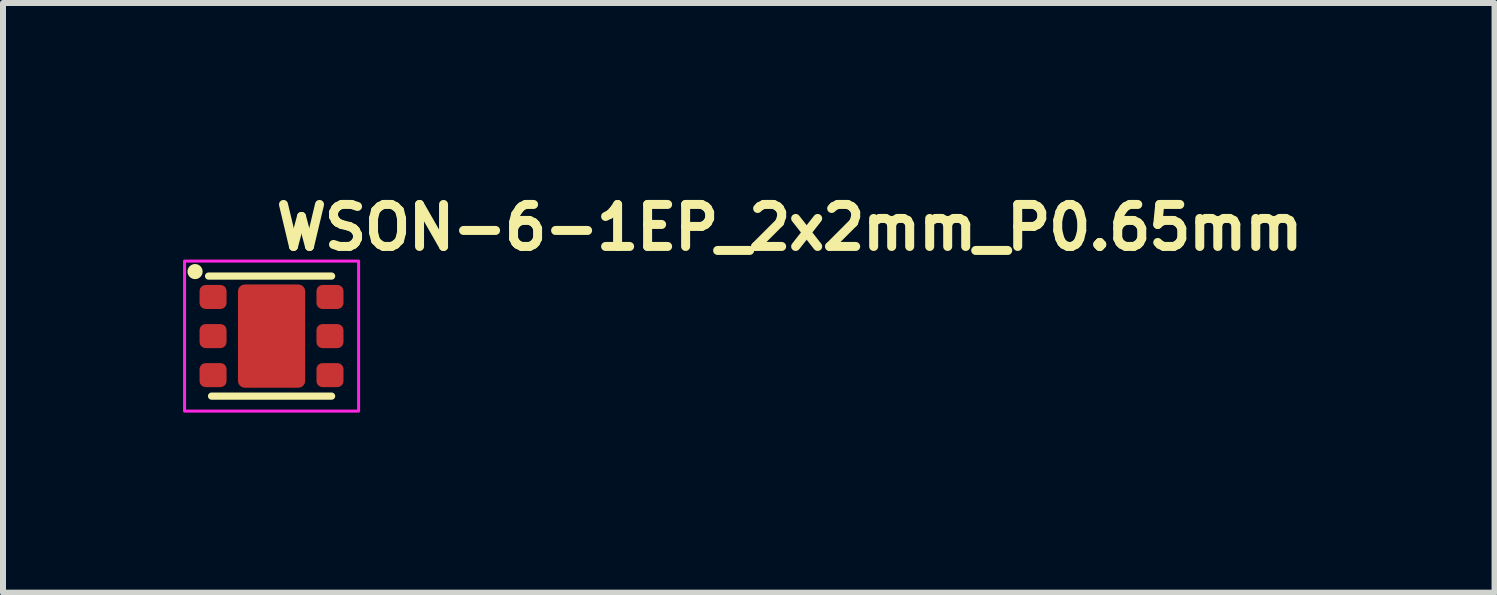
<source format=kicad_pcb>
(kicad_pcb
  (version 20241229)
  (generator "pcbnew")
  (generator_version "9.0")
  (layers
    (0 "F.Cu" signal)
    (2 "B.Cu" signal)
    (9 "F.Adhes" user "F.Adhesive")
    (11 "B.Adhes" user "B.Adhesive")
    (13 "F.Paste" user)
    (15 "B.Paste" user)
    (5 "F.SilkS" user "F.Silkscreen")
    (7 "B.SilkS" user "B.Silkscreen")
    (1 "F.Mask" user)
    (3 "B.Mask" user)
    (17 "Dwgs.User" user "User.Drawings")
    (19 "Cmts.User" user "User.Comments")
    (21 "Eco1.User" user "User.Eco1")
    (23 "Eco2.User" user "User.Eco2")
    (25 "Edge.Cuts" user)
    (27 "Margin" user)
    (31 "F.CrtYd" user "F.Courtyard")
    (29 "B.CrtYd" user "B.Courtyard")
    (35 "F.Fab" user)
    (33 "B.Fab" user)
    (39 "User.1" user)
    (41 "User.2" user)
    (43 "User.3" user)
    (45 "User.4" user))
  (footprint "WSON-6-1EP_2x2mm_P0.65mm"
    (layer "F.Cu")
    (at 1.475 2.55)
    (property "Reference" "WSON-6-1EP_2x2mm_P0.65mm" (at 0 -1.4 0) (layer "F.SilkS") (effects (font (size 0.7 0.7) (thickness 0.15)) (justify left bottom)))
    (attr smd)
    (fp_line (start -1 1) (end 1 1) (stroke (width 0.12) (type solid)) (layer "F.SilkS"))
    (fp_line (start 1 -1) (end -1.05 -1) (stroke (width 0.12) (type solid)) (layer "F.SilkS"))
    (fp_circle (center -1.275 -1.075) (end -1.224 -1.075) (stroke (width 0.15) (type solid)) (fill yes) (layer "F.SilkS"))
    (fp_rect (start -1.45 -1.25) (end 1.45 1.25) (stroke (width 0.05) (type solid)) (fill no) (layer "F.CrtYd"))
    (fp_rect (start -1.01 -1) (end 1.009 0.998) (stroke (width 0.1) (type solid)) (fill no) (layer "User.5"))
    (fp_line (start -1.009 -0.8) (end -1.009 -0.498) (stroke (width 0.02) (type solid)) (layer "User.9"))
    (fp_line (start -1.009 -0.498) (end -0.998 -0.498) (stroke (width 0.02) (type solid)) (layer "User.9"))
    (fp_line (start -1.009 -0.148) (end -1.009 0.15) (stroke (width 0.02) (type solid)) (layer "User.9"))
    (fp_line (start -1.009 0.15) (end -0.998 0.15) (stroke (width 0.02) (type solid)) (layer "User.9"))
    (fp_line (start -1.009 0.5) (end -1.009 0.802) (stroke (width 0.02) (type solid)) (layer "User.9"))
    (fp_line (start -1.009 0.802) (end -0.998 0.802) (stroke (width 0.02) (type solid)) (layer "User.9"))
    (fp_line (start -0.998 -0.998) (end -0.998 1) (stroke (width 0.02) (type solid)) (layer "User.9"))
    (fp_line (start -0.998 -0.8) (end -1.009 -0.8) (stroke (width 0.02) (type solid)) (layer "User.9"))
    (fp_line (start -0.998 -0.148) (end -1.009 -0.148) (stroke (width 0.02) (type solid)) (layer "User.9"))
    (fp_line (start -0.998 0.5) (end -1.009 0.5) (stroke (width 0.02) (type solid)) (layer "User.9"))
    (fp_line (start -0.998 1) (end 1 1) (stroke (width 0.02) (type solid)) (layer "User.9"))
    (fp_line (start -0.775 -0.65) (end -0.774 -0.658) (stroke (width 0.02) (type solid)) (layer "User.9"))
    (fp_line (start -0.774 -0.658) (end -0.773 -0.666) (stroke (width 0.02) (type solid)) (layer "User.9"))
    (fp_line (start -0.774 -0.641) (end -0.775 -0.65) (stroke (width 0.02) (type solid)) (layer "User.9"))
    (fp_line (start -0.773 -0.666) (end -0.772 -0.674) (stroke (width 0.02) (type solid)) (layer "User.9"))
    (fp_line (start -0.773 -0.632) (end -0.774 -0.641) (stroke (width 0.02) (type solid)) (layer "User.9"))
    (fp_line (start -0.772 -0.674) (end -0.77 -0.682) (stroke (width 0.02) (type solid)) (layer "User.9"))
    (fp_line (start -0.772 -0.624) (end -0.773 -0.632) (stroke (width 0.02) (type solid)) (layer "User.9"))
    (fp_line (start -0.77 -0.682) (end -0.768 -0.689) (stroke (width 0.02) (type solid)) (layer "User.9"))
    (fp_line (start -0.77 -0.616) (end -0.772 -0.624) (stroke (width 0.02) (type solid)) (layer "User.9"))
    (fp_line (start -0.768 -0.689) (end -0.764 -0.697) (stroke (width 0.02) (type solid)) (layer "User.9"))
    (fp_line (start -0.768 -0.609) (end -0.77 -0.616) (stroke (width 0.02) (type solid)) (layer "User.9"))
    (fp_line (start -0.764 -0.697) (end -0.761 -0.704) (stroke (width 0.02) (type solid)) (layer "User.9"))
    (fp_line (start -0.764 -0.601) (end -0.768 -0.609) (stroke (width 0.02) (type solid)) (layer "User.9"))
    (fp_line (start -0.761 -0.704) (end -0.757 -0.711) (stroke (width 0.02) (type solid)) (layer "User.9"))
    (fp_line (start -0.761 -0.593) (end -0.764 -0.601) (stroke (width 0.02) (type solid)) (layer "User.9"))
    (fp_line (start -0.757 -0.711) (end -0.757 -0.711) (stroke (width 0.02) (type solid)) (layer "User.9"))
    (fp_line (start -0.757 -0.711) (end -0.755 -0.715) (stroke (width 0.02) (type solid)) (layer "User.9"))
    (fp_line (start -0.757 -0.586) (end -0.761 -0.593) (stroke (width 0.02) (type solid)) (layer "User.9"))
    (fp_line (start -0.757 -0.586) (end -0.757 -0.586) (stroke (width 0.02) (type solid)) (layer "User.9"))
    (fp_line (start -0.755 -0.715) (end -0.752 -0.718) (stroke (width 0.02) (type solid)) (layer "User.9"))
    (fp_line (start -0.752 -0.718) (end -0.75 -0.721) (stroke (width 0.02) (type solid)) (layer "User.9"))
    (fp_line (start -0.752 -0.579) (end -0.757 -0.586) (stroke (width 0.02) (type solid)) (layer "User.9"))
    (fp_line (start -0.75 -0.721) (end -0.748 -0.725) (stroke (width 0.02) (type solid)) (layer "User.9"))
    (fp_line (start -0.748 -0.725) (end -0.745 -0.728) (stroke (width 0.02) (type solid)) (layer "User.9"))
    (fp_line (start -0.748 -0.573) (end -0.752 -0.579) (stroke (width 0.02) (type solid)) (layer "User.9"))
    (fp_line (start -0.745 -0.728) (end -0.742 -0.731) (stroke (width 0.02) (type solid)) (layer "User.9"))
    (fp_line (start -0.742 -0.731) (end -0.74 -0.734) (stroke (width 0.02) (type solid)) (layer "User.9"))
    (fp_line (start -0.742 -0.567) (end -0.748 -0.573) (stroke (width 0.02) (type solid)) (layer "User.9"))
    (fp_line (start -0.74 -0.734) (end -0.737 -0.737) (stroke (width 0.02) (type solid)) (layer "User.9"))
    (fp_line (start -0.737 -0.737) (end -0.734 -0.74) (stroke (width 0.02) (type solid)) (layer "User.9"))
    (fp_line (start -0.737 -0.561) (end -0.742 -0.567) (stroke (width 0.02) (type solid)) (layer "User.9"))
    (fp_line (start -0.734 -0.74) (end -0.731 -0.743) (stroke (width 0.02) (type solid)) (layer "User.9"))
    (fp_line (start -0.731 -0.743) (end -0.728 -0.745) (stroke (width 0.02) (type solid)) (layer "User.9"))
    (fp_line (start -0.731 -0.555) (end -0.737 -0.561) (stroke (width 0.02) (type solid)) (layer "User.9"))
    (fp_line (start -0.728 -0.745) (end -0.724 -0.748) (stroke (width 0.02) (type solid)) (layer "User.9"))
    (fp_line (start -0.724 -0.748) (end -0.721 -0.75) (stroke (width 0.02) (type solid)) (layer "User.9"))
    (fp_line (start -0.724 -0.55) (end -0.731 -0.555) (stroke (width 0.02) (type solid)) (layer "User.9"))
    (fp_line (start -0.721 -0.75) (end -0.718 -0.752) (stroke (width 0.02) (type solid)) (layer "User.9"))
    (fp_line (start -0.718 -0.752) (end -0.714 -0.755) (stroke (width 0.02) (type solid)) (layer "User.9"))
    (fp_line (start -0.718 -0.546) (end -0.724 -0.55) (stroke (width 0.02) (type solid)) (layer "User.9"))
    (fp_line (start -0.714 -0.755) (end -0.711 -0.757) (stroke (width 0.02) (type solid)) (layer "User.9"))
    (fp_line (start -0.711 -0.757) (end -0.707 -0.759) (stroke (width 0.02) (type solid)) (layer "User.9"))
    (fp_line (start -0.711 -0.541) (end -0.718 -0.546) (stroke (width 0.02) (type solid)) (layer "User.9"))
    (fp_line (start -0.707 -0.759) (end -0.704 -0.761) (stroke (width 0.02) (type solid)) (layer "User.9"))
    (fp_line (start -0.704 -0.761) (end -0.701 -0.762) (stroke (width 0.02) (type solid)) (layer "User.9"))
    (fp_line (start -0.704 -0.537) (end -0.711 -0.541) (stroke (width 0.02) (type solid)) (layer "User.9"))
    (fp_line (start -0.701 -0.762) (end -0.697 -0.764) (stroke (width 0.02) (type solid)) (layer "User.9"))
    (fp_line (start -0.697 -0.764) (end -0.694 -0.765) (stroke (width 0.02) (type solid)) (layer "User.9"))
    (fp_line (start -0.697 -0.534) (end -0.704 -0.537) (stroke (width 0.02) (type solid)) (layer "User.9"))
    (fp_line (start -0.694 -0.765) (end -0.69 -0.768) (stroke (width 0.02) (type solid)) (layer "User.9"))
    (fp_line (start -0.69 -0.768) (end -0.686 -0.769) (stroke (width 0.02) (type solid)) (layer "User.9"))
    (fp_line (start -0.69 -0.531) (end -0.697 -0.534) (stroke (width 0.02) (type solid)) (layer "User.9"))
    (fp_line (start -0.686 -0.769) (end -0.682 -0.77) (stroke (width 0.02) (type solid)) (layer "User.9"))
    (fp_line (start -0.682 -0.77) (end -0.678 -0.771) (stroke (width 0.02) (type solid)) (layer "User.9"))
    (fp_line (start -0.682 -0.529) (end -0.69 -0.531) (stroke (width 0.02) (type solid)) (layer "User.9"))
    (fp_line (start -0.678 -0.771) (end -0.674 -0.772) (stroke (width 0.02) (type solid)) (layer "User.9"))
    (fp_line (start -0.674 -0.772) (end -0.67 -0.773) (stroke (width 0.02) (type solid)) (layer "User.9"))
    (fp_line (start -0.674 -0.527) (end -0.682 -0.529) (stroke (width 0.02) (type solid)) (layer "User.9"))
    (fp_line (start -0.67 -0.773) (end -0.666 -0.773) (stroke (width 0.02) (type solid)) (layer "User.9"))
    (fp_line (start -0.666 -0.773) (end -0.662 -0.774) (stroke (width 0.02) (type solid)) (layer "User.9"))
    (fp_line (start -0.666 -0.526) (end -0.674 -0.527) (stroke (width 0.02) (type solid)) (layer "User.9"))
    (fp_line (start -0.662 -0.774) (end -0.658 -0.774) (stroke (width 0.02) (type solid)) (layer "User.9"))
    (fp_line (start -0.658 -0.774) (end -0.654 -0.774) (stroke (width 0.02) (type solid)) (layer "User.9"))
    (fp_line (start -0.658 -0.525) (end -0.666 -0.526) (stroke (width 0.02) (type solid)) (layer "User.9"))
    (fp_line (start -0.654 -0.774) (end -0.65 -0.775) (stroke (width 0.02) (type solid)) (layer "User.9"))
    (fp_line (start -0.65 -0.775) (end -0.641 -0.774) (stroke (width 0.02) (type solid)) (layer "User.9"))
    (fp_line (start -0.65 -0.525) (end -0.658 -0.525) (stroke (width 0.02) (type solid)) (layer "User.9"))
    (fp_line (start -0.645 -0.525) (end -0.65 -0.525) (stroke (width 0.02) (type solid)) (layer "User.9"))
    (fp_line (start -0.641 -0.774) (end -0.632 -0.773) (stroke (width 0.02) (type solid)) (layer "User.9"))
    (fp_line (start -0.641 -0.525) (end -0.645 -0.525) (stroke (width 0.02) (type solid)) (layer "User.9"))
    (fp_line (start -0.636 -0.525) (end -0.641 -0.525) (stroke (width 0.02) (type solid)) (layer "User.9"))
    (fp_line (start -0.632 -0.773) (end -0.624 -0.772) (stroke (width 0.02) (type solid)) (layer "User.9"))
    (fp_line (start -0.632 -0.526) (end -0.636 -0.525) (stroke (width 0.02) (type solid)) (layer "User.9"))
    (fp_line (start -0.628 -0.526) (end -0.632 -0.526) (stroke (width 0.02) (type solid)) (layer "User.9"))
    (fp_line (start -0.624 -0.772) (end -0.616 -0.77) (stroke (width 0.02) (type solid)) (layer "User.9"))
    (fp_line (start -0.624 -0.527) (end -0.628 -0.526) (stroke (width 0.02) (type solid)) (layer "User.9"))
    (fp_line (start -0.62 -0.528) (end -0.624 -0.527) (stroke (width 0.02) (type solid)) (layer "User.9"))
    (fp_line (start -0.616 -0.77) (end -0.608 -0.768) (stroke (width 0.02) (type solid)) (layer "User.9"))
    (fp_line (start -0.616 -0.529) (end -0.62 -0.528) (stroke (width 0.02) (type solid)) (layer "User.9"))
    (fp_line (start -0.612 -0.53) (end -0.616 -0.529) (stroke (width 0.02) (type solid)) (layer "User.9"))
    (fp_line (start -0.608 -0.768) (end -0.601 -0.764) (stroke (width 0.02) (type solid)) (layer "User.9"))
    (fp_line (start -0.608 -0.531) (end -0.612 -0.53) (stroke (width 0.02) (type solid)) (layer "User.9"))
    (fp_line (start -0.604 -0.533) (end -0.608 -0.531) (stroke (width 0.02) (type solid)) (layer "User.9"))
    (fp_line (start -0.601 -0.764) (end -0.593 -0.761) (stroke (width 0.02) (type solid)) (layer "User.9"))
    (fp_line (start -0.601 -0.534) (end -0.604 -0.533) (stroke (width 0.02) (type solid)) (layer "User.9"))
    (fp_line (start -0.597 -0.536) (end -0.601 -0.534) (stroke (width 0.02) (type solid)) (layer "User.9"))
    (fp_line (start -0.593 -0.761) (end -0.586 -0.757) (stroke (width 0.02) (type solid)) (layer "User.9"))
    (fp_line (start -0.593 -0.537) (end -0.597 -0.536) (stroke (width 0.02) (type solid)) (layer "User.9"))
    (fp_line (start -0.59 -0.539) (end -0.593 -0.537) (stroke (width 0.02) (type solid)) (layer "User.9"))
    (fp_line (start -0.586 -0.757) (end -0.579 -0.752) (stroke (width 0.02) (type solid)) (layer "User.9"))
    (fp_line (start -0.586 -0.541) (end -0.59 -0.539) (stroke (width 0.02) (type solid)) (layer "User.9"))
    (fp_line (start -0.583 -0.543) (end -0.586 -0.541) (stroke (width 0.02) (type solid)) (layer "User.9"))
    (fp_line (start -0.579 -0.752) (end -0.574 -0.748) (stroke (width 0.02) (type solid)) (layer "User.9"))
    (fp_line (start -0.579 -0.546) (end -0.583 -0.543) (stroke (width 0.02) (type solid)) (layer "User.9"))
    (fp_line (start -0.576 -0.548) (end -0.579 -0.546) (stroke (width 0.02) (type solid)) (layer "User.9"))
    (fp_line (start -0.574 -0.748) (end -0.567 -0.743) (stroke (width 0.02) (type solid)) (layer "User.9"))
    (fp_line (start -0.574 -0.55) (end -0.576 -0.548) (stroke (width 0.02) (type solid)) (layer "User.9"))
    (fp_line (start -0.57 -0.553) (end -0.574 -0.55) (stroke (width 0.02) (type solid)) (layer "User.9"))
    (fp_line (start -0.567 -0.743) (end -0.561 -0.737) (stroke (width 0.02) (type solid)) (layer "User.9"))
    (fp_line (start -0.567 -0.555) (end -0.57 -0.553) (stroke (width 0.02) (type solid)) (layer "User.9"))
    (fp_line (start -0.564 -0.558) (end -0.567 -0.555) (stroke (width 0.02) (type solid)) (layer "User.9"))
    (fp_line (start -0.561 -0.737) (end -0.556 -0.731) (stroke (width 0.02) (type solid)) (layer "User.9"))
    (fp_line (start -0.561 -0.561) (end -0.564 -0.558) (stroke (width 0.02) (type solid)) (layer "User.9"))
    (fp_line (start -0.558 -0.564) (end -0.561 -0.561) (stroke (width 0.02) (type solid)) (layer "User.9"))
    (fp_line (start -0.556 -0.731) (end -0.55 -0.725) (stroke (width 0.02) (type solid)) (layer "User.9"))
    (fp_line (start -0.556 -0.567) (end -0.558 -0.564) (stroke (width 0.02) (type solid)) (layer "User.9"))
    (fp_line (start -0.553 -0.57) (end -0.556 -0.567) (stroke (width 0.02) (type solid)) (layer "User.9"))
    (fp_line (start -0.55 -0.725) (end -0.546 -0.718) (stroke (width 0.02) (type solid)) (layer "User.9"))
    (fp_line (start -0.55 -0.573) (end -0.553 -0.57) (stroke (width 0.02) (type solid)) (layer "User.9"))
    (fp_line (start -0.548 -0.576) (end -0.55 -0.573) (stroke (width 0.02) (type solid)) (layer "User.9"))
    (fp_line (start -0.546 -0.718) (end -0.541 -0.711) (stroke (width 0.02) (type solid)) (layer "User.9"))
    (fp_line (start -0.546 -0.579) (end -0.548 -0.576) (stroke (width 0.02) (type solid)) (layer "User.9"))
    (fp_line (start -0.543 -0.582) (end -0.546 -0.579) (stroke (width 0.02) (type solid)) (layer "User.9"))
    (fp_line (start -0.541 -0.711) (end -0.541 -0.711) (stroke (width 0.02) (type solid)) (layer "User.9"))
    (fp_line (start -0.541 -0.711) (end -0.537 -0.704) (stroke (width 0.02) (type solid)) (layer "User.9"))
    (fp_line (start -0.541 -0.586) (end -0.543 -0.582) (stroke (width 0.02) (type solid)) (layer "User.9"))
    (fp_line (start -0.541 -0.586) (end -0.541 -0.586) (stroke (width 0.02) (type solid)) (layer "User.9"))
    (fp_line (start -0.537 -0.704) (end -0.534 -0.697) (stroke (width 0.02) (type solid)) (layer "User.9"))
    (fp_line (start -0.537 -0.593) (end -0.541 -0.586) (stroke (width 0.02) (type solid)) (layer "User.9"))
    (fp_line (start -0.534 -0.697) (end -0.531 -0.689) (stroke (width 0.02) (type solid)) (layer "User.9"))
    (fp_line (start -0.534 -0.601) (end -0.537 -0.593) (stroke (width 0.02) (type solid)) (layer "User.9"))
    (fp_line (start -0.531 -0.689) (end -0.529 -0.682) (stroke (width 0.02) (type solid)) (layer "User.9"))
    (fp_line (start -0.531 -0.609) (end -0.534 -0.601) (stroke (width 0.02) (type solid)) (layer "User.9"))
    (fp_line (start -0.529 -0.682) (end -0.527 -0.674) (stroke (width 0.02) (type solid)) (layer "User.9"))
    (fp_line (start -0.529 -0.616) (end -0.531 -0.609) (stroke (width 0.02) (type solid)) (layer "User.9"))
    (fp_line (start -0.527 -0.674) (end -0.526 -0.666) (stroke (width 0.02) (type solid)) (layer "User.9"))
    (fp_line (start -0.527 -0.624) (end -0.529 -0.616) (stroke (width 0.02) (type solid)) (layer "User.9"))
    (fp_line (start -0.526 -0.666) (end -0.525 -0.658) (stroke (width 0.02) (type solid)) (layer "User.9"))
    (fp_line (start -0.526 -0.632) (end -0.527 -0.624) (stroke (width 0.02) (type solid)) (layer "User.9"))
    (fp_line (start -0.525 -0.658) (end -0.525 -0.65) (stroke (width 0.02) (type solid)) (layer "User.9"))
    (fp_line (start -0.525 -0.65) (end -0.525 -0.641) (stroke (width 0.02) (type solid)) (layer "User.9"))
    (fp_line (start -0.525 -0.641) (end -0.526 -0.632) (stroke (width 0.02) (type solid)) (layer "User.9"))
    (fp_line (start 1 -0.998) (end -0.998 -0.998) (stroke (width 0.02) (type solid)) (layer "User.9"))
    (fp_line (start 1 -0.498) (end 1.01 -0.498) (stroke (width 0.02) (type solid)) (layer "User.9"))
    (fp_line (start 1 0.15) (end 1.01 0.15) (stroke (width 0.02) (type solid)) (layer "User.9"))
    (fp_line (start 1 0.802) (end 1.01 0.802) (stroke (width 0.02) (type solid)) (layer "User.9"))
    (fp_line (start 1 1) (end 1 -0.998) (stroke (width 0.02) (type solid)) (layer "User.9"))
    (fp_line (start 1.01 -0.8) (end 1 -0.8) (stroke (width 0.02) (type solid)) (layer "User.9"))
    (fp_line (start 1.01 -0.498) (end 1.01 -0.8) (stroke (width 0.02) (type solid)) (layer "User.9"))
    (fp_line (start 1.01 -0.148) (end 1 -0.148) (stroke (width 0.02) (type solid)) (layer "User.9"))
    (fp_line (start 1.01 0.15) (end 1.01 -0.148) (stroke (width 0.02) (type solid)) (layer "User.9"))
    (fp_line (start 1.01 0.5) (end 1 0.5) (stroke (width 0.02) (type solid)) (layer "User.9"))
    (fp_line (start 1.01 0.802) (end 1.01 0.5) (stroke (width 0.02) (type solid)) (layer "User.9"))
    (pad "1" smd roundrect (at -0.975 -0.652) (size 0.45 0.4) (layers "F.Cu" "F.Mask" "F.Paste") (roundrect_rratio 0.25))
    (pad "2" smd roundrect (at -0.975 0) (size 0.45 0.4) (layers "F.Cu" "F.Mask" "F.Paste") (roundrect_rratio 0.25))
    (pad "3" smd roundrect (at -0.975 0.65) (size 0.45 0.4) (layers "F.Cu" "F.Mask" "F.Paste") (roundrect_rratio 0.25))
    (pad "4" smd roundrect (at 0.973 0.65) (size 0.45 0.4) (layers "F.Cu" "F.Mask" "F.Paste") (roundrect_rratio 0.25))
    (pad "5" smd roundrect (at 0.973 0) (size 0.45 0.4) (layers "F.Cu" "F.Mask" "F.Paste") (roundrect_rratio 0.25))
    (pad "6" smd roundrect (at 0.973 -0.652) (size 0.45 0.4) (layers "F.Cu" "F.Mask" "F.Paste") (roundrect_rratio 0.25))
    (pad "7" smd roundrect (at 0 0) (size 1.12 1.72) (layers "F.Cu" "F.Mask" "F.Paste") (roundrect_rratio 0.1)))
  (gr_rect
    (start -3 -3)
    (end 21.852 6.825)
    (stroke (width 0.1) (type default))
    (fill no)
    (layer "Edge.Cuts")))
</source>
